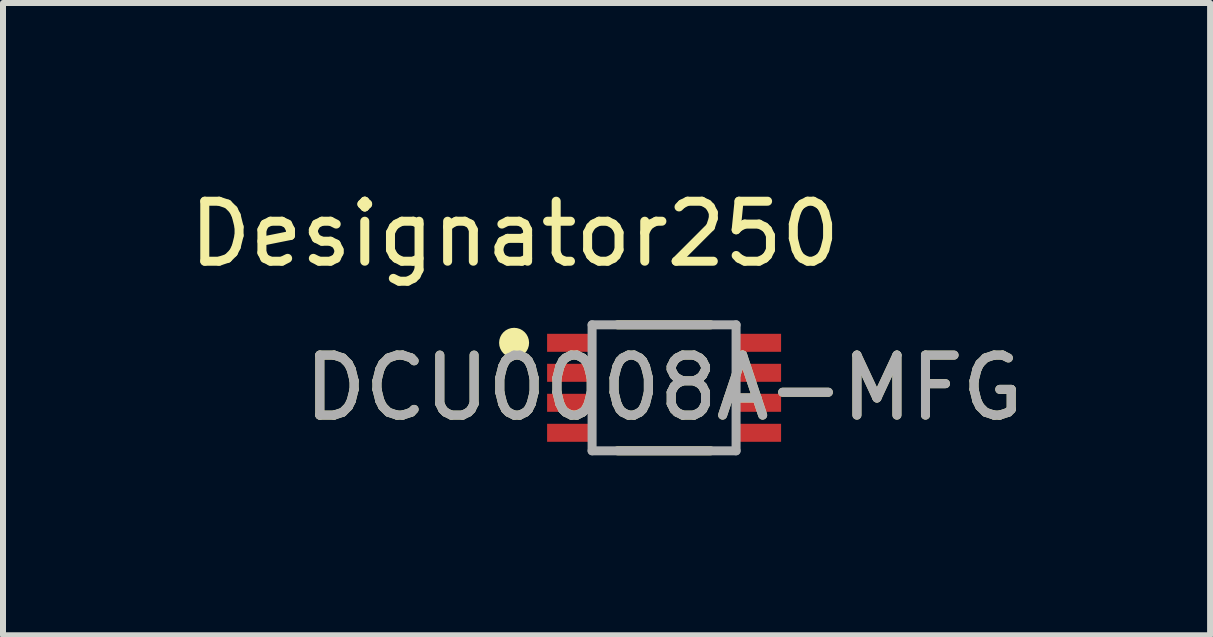
<source format=kicad_pcb>
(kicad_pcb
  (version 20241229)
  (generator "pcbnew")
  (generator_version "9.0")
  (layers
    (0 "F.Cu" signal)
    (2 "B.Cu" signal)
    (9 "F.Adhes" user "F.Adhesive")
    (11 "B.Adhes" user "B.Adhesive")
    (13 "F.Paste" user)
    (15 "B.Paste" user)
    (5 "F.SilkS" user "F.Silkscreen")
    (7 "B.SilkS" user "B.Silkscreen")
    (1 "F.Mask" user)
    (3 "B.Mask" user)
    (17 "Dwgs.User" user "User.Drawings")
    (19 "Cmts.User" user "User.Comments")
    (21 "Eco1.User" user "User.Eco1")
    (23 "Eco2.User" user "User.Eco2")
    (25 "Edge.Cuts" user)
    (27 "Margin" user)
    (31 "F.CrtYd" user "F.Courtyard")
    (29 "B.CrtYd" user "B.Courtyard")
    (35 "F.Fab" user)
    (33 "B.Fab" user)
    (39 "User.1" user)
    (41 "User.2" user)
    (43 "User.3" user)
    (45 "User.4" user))
  (footprint "DCU0008A-MFG"
    (layer "F.Cu")
    (at 8.019 3.414)
    (property "Reference" "DCU0008A-MFG" (at 0 0 0) (unlocked yes) (layer "F.SilkS") (effects (font (size 1 1) (thickness 0.15))))
    (attr smd)
    (fp_line (start -0.775 -1.05) (end 0.775 -1.05) (stroke (width 0.15) (type solid)) (layer "F.SilkS"))
    (fp_line (start -0.775 1.05) (end 0.775 1.05) (stroke (width 0.15) (type solid)) (layer "F.SilkS"))
    (fp_circle (center -2.5 -0.75) (end -2.375 -0.75) (stroke (width 0.25) (type solid)) (fill no) (layer "F.SilkS"))
    (fp_poly (pts (xy -1.925 -0.675) (xy -1.925 -0.825) (xy -1.875 -0.875) (xy -1.225 -0.875) (xy -1.175 -0.825) (xy -1.175 -0.675) (xy -1.225 -0.625) (xy -1.875 -0.625)) (stroke (width 0) (type solid)) (fill yes) (layer "F.Paste"))
    (fp_poly (pts (xy -1.925 0.175) (xy -1.875 0.125) (xy -1.225 0.125) (xy -1.175 0.175) (xy -1.175 0.325) (xy -1.225 0.375) (xy -1.875 0.375) (xy -1.925 0.325)) (stroke (width 0) (type solid)) (fill yes) (layer "F.Paste"))
    (fp_poly (pts (xy -1.875 -0.125) (xy -1.925 -0.175) (xy -1.925 -0.325) (xy -1.875 -0.375) (xy -1.225 -0.375) (xy -1.175 -0.325) (xy -1.175 -0.175) (xy -1.225 -0.125)) (stroke (width 0) (type solid)) (fill yes) (layer "F.Paste"))
    (fp_poly (pts (xy -1.875 0.625) (xy -1.225 0.625) (xy -1.175 0.675) (xy -1.175 0.825) (xy -1.225 0.875) (xy -1.875 0.875) (xy -1.925 0.825) (xy -1.925 0.675)) (stroke (width 0) (type solid)) (fill yes) (layer "F.Paste"))
    (fp_poly (pts (xy 1.175 -0.175) (xy 1.175 -0.325) (xy 1.225 -0.375) (xy 1.875 -0.375) (xy 1.925 -0.325) (xy 1.925 -0.175) (xy 1.875 -0.125) (xy 1.225 -0.125)) (stroke (width 0) (type solid)) (fill yes) (layer "F.Paste"))
    (fp_poly (pts (xy 1.225 0.625) (xy 1.875 0.625) (xy 1.925 0.675) (xy 1.925 0.825) (xy 1.875 0.875) (xy 1.225 0.875) (xy 1.175 0.825) (xy 1.175 0.675)) (stroke (width 0) (type solid)) (fill yes) (layer "F.Paste"))
    (fp_poly (pts (xy 1.875 -0.625) (xy 1.225 -0.625) (xy 1.175 -0.675) (xy 1.175 -0.825) (xy 1.225 -0.875) (xy 1.875 -0.875) (xy 1.925 -0.825) (xy 1.925 -0.675)) (stroke (width 0) (type solid)) (fill yes) (layer "F.Paste"))
    (fp_poly (pts (xy 1.875 0.125) (xy 1.925 0.175) (xy 1.925 0.325) (xy 1.875 0.375) (xy 1.225 0.375) (xy 1.175 0.325) (xy 1.175 0.175) (xy 1.225 0.125)) (stroke (width 0) (type solid)) (fill yes) (layer "F.Paste"))
    (fp_line (start -1.2 -1.05) (end 1.2 -1.05) (stroke (width 0.15) (type solid)) (layer "F.Fab"))
    (fp_line (start -1.2 1.05) (end -1.2 -1.05) (stroke (width 0.15) (type solid)) (layer "F.Fab"))
    (fp_line (start -1.2 1.05) (end 1.2 1.05) (stroke (width 0.15) (type solid)) (layer "F.Fab"))
    (fp_line (start 1.2 1.05) (end 1.2 -1.05) (stroke (width 0.15) (type solid)) (layer "F.Fab"))
    (fp_text user "Designator250" (at -2.489 -2.565 0) (unlocked yes) (layer "F.SilkS") (effects (font (size 1 1) (thickness 0.15))))
    (fp_text user "${REFERENCE}" (at 0 0 0) (unlocked yes) (layer "F.Fab") (effects (font (size 1 1) (thickness 0.15))))
    (pad "1" smd rect (at -1.55 -0.75) (size 0.8 0.3) (layers "F.Cu" "F.Mask"))
    (pad "2" smd rect (at -1.55 -0.25) (size 0.8 0.3) (layers "F.Cu" "F.Mask"))
    (pad "3" smd rect (at -1.55 0.25) (size 0.8 0.3) (layers "F.Cu" "F.Mask"))
    (pad "4" smd rect (at -1.55 0.75) (size 0.8 0.3) (layers "F.Cu" "F.Mask"))
    (pad "5" smd rect (at 1.55 0.75) (size 0.8 0.3) (layers "F.Cu" "F.Mask"))
    (pad "6" smd rect (at 1.55 0.25) (size 0.8 0.3) (layers "F.Cu" "F.Mask"))
    (pad "7" smd rect (at 1.55 -0.25) (size 0.8 0.3) (layers "F.Cu" "F.Mask"))
    (pad "8" smd rect (at 1.55 -0.75) (size 0.8 0.3) (layers "F.Cu" "F.Mask")))
  (gr_rect
    (start -3 -3)
    (end 17.12 7.539)
    (stroke (width 0.1) (type default))
    (fill no)
    (layer "Edge.Cuts")))
</source>
